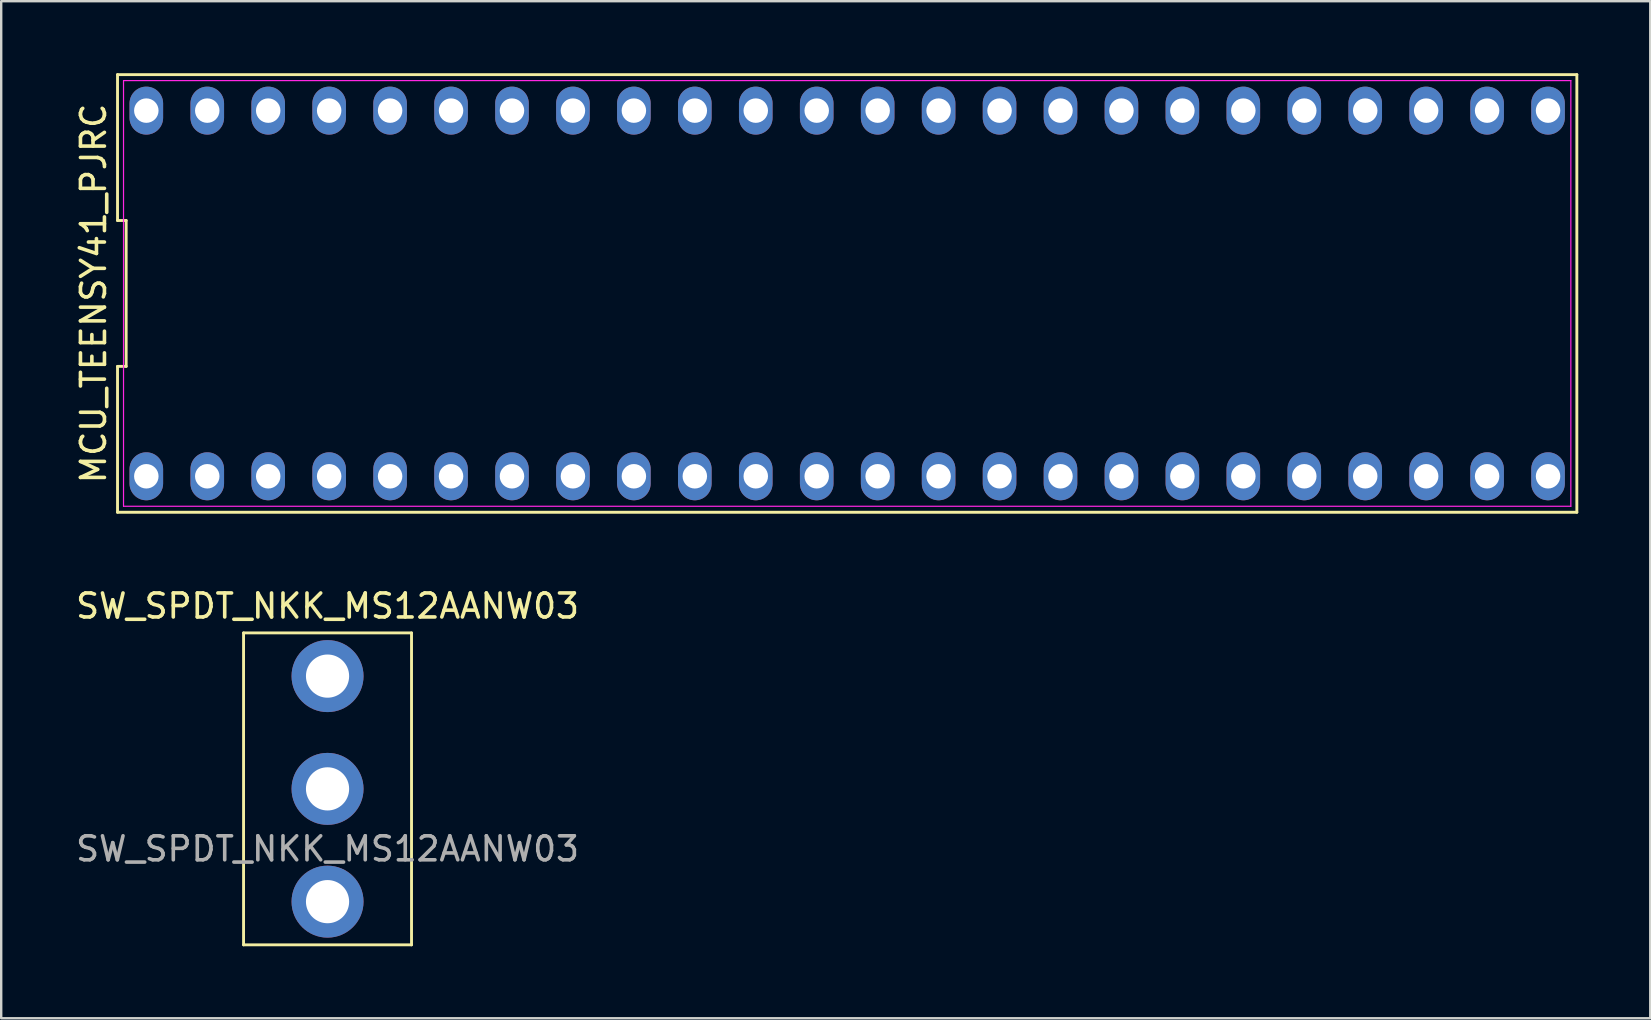
<source format=kicad_pcb>
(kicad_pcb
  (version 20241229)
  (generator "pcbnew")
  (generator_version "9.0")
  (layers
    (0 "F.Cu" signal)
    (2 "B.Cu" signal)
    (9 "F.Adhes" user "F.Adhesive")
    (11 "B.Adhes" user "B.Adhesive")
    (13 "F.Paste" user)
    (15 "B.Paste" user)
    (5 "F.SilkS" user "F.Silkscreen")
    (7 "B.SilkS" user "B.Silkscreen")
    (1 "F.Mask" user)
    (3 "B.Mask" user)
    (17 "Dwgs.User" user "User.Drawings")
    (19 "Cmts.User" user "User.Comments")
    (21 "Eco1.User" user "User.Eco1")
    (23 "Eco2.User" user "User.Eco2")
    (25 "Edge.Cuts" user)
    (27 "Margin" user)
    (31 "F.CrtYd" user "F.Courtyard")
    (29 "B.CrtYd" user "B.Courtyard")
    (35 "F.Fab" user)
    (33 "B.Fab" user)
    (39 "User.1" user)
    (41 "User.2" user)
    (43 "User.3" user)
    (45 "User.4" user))
  (footprint "SW_SPDT_NKK_MS12AANW03"
    (layer "F.Cu")
    (at 10.601 29.828)
    (property "Reference" "SW_SPDT_NKK_MS12AANW03" (at 0 -7.62 0) (unlocked yes) (layer "F.SilkS") (effects (font (size 1 1) (thickness 0.15))))
    (attr through_hole)
    (fp_line (start -3.5 -6.5) (end -3.5 6.5) (stroke (width 0.12) (type solid)) (layer "F.SilkS"))
    (fp_line (start -3.5 -6.5) (end 3.5 -6.5) (stroke (width 0.12) (type solid)) (layer "F.SilkS"))
    (fp_line (start -3.5 6.5) (end 3.5 6.5) (stroke (width 0.12) (type solid)) (layer "F.SilkS"))
    (fp_line (start 3.5 6.5) (end 3.5 -6.5) (stroke (width 0.12) (type solid)) (layer "F.SilkS"))
    (fp_text user "${REFERENCE}" (at 0 2.5 0) (unlocked yes) (layer "F.Fab") (effects (font (size 1 1) (thickness 0.15))))
    (pad "1" thru_hole circle (at 0 -4.7) (size 3 3) (drill 1.8) (layers "*.Cu" "*.Mask"))
    (pad "2" thru_hole circle (at 0 0) (size 3 3) (drill 1.8) (layers "*.Cu" "*.Mask"))
    (pad "3" thru_hole circle (at 0 4.7) (size 3 3) (drill 1.8) (layers "*.Cu" "*.Mask")))
  (footprint "MCU_TEENSY41_PJRC"
    (layer "F.Cu")
    (at 32.258 9.18)
    (property "Reference" "MCU_TEENSY41_PJRC" (at -31.41 0 90) (layer "F.SilkS") (effects (font (size 1 1) (thickness 0.15))))
    (fp_line (start -30.41 -9.12) (end -30.41 -3.04) (stroke (width 0.12) (type solid)) (layer "F.SilkS"))
    (fp_line (start -30.41 -3.04) (end -30.05 -3.04) (stroke (width 0.12) (type solid)) (layer "F.SilkS"))
    (fp_line (start -30.41 3.04) (end -30.41 9.12) (stroke (width 0.12) (type solid)) (layer "F.SilkS"))
    (fp_line (start -30.41 9.12) (end 30.41 9.12) (stroke (width 0.12) (type solid)) (layer "F.SilkS"))
    (fp_line (start -30.05 -3.04) (end -30.05 3.04) (stroke (width 0.12) (type solid)) (layer "F.SilkS"))
    (fp_line (start -30.05 3.04) (end -30.41 3.04) (stroke (width 0.12) (type solid)) (layer "F.SilkS"))
    (fp_line (start 30.41 -9.12) (end -30.41 -9.12) (stroke (width 0.12) (type solid)) (layer "F.SilkS"))
    (fp_line (start 30.41 9.12) (end 30.41 -9.12) (stroke (width 0.12) (type solid)) (layer "F.SilkS"))
    (fp_line (start -30.16 -8.87) (end 30.16 -8.87) (stroke (width 0.05) (type solid)) (layer "F.CrtYd"))
    (fp_line (start -30.16 8.87) (end -30.16 -8.87) (stroke (width 0.05) (type solid)) (layer "F.CrtYd"))
    (fp_line (start 30.16 -8.87) (end 30.16 8.87) (stroke (width 0.05) (type solid)) (layer "F.CrtYd"))
    (fp_line (start 30.16 8.87) (end -30.16 8.87) (stroke (width 0.05) (type solid)) (layer "F.CrtYd"))
    (pad "1" thru_hole oval (at -29.21 7.62) (size 1.4 2) (drill 1.02) (layers "*.Cu" "*.Mask"))
    (pad "2" thru_hole oval (at -26.67 7.62) (size 1.4 2) (drill 1.02) (layers "*.Cu" "*.Mask"))
    (pad "3" thru_hole oval (at -24.13 7.62) (size 1.4 2) (drill 1.02) (layers "*.Cu" "*.Mask"))
    (pad "4" thru_hole oval (at -21.59 7.62) (size 1.4 2) (drill 1.02) (layers "*.Cu" "*.Mask"))
    (pad "5" thru_hole oval (at -19.05 7.62) (size 1.4 2) (drill 1.02) (layers "*.Cu" "*.Mask"))
    (pad "6" thru_hole oval (at -16.51 7.62) (size 1.4 2) (drill 1.02) (layers "*.Cu" "*.Mask"))
    (pad "7" thru_hole oval (at -13.97 7.62) (size 1.4 2) (drill 1.02) (layers "*.Cu" "*.Mask"))
    (pad "8" thru_hole oval (at -11.43 7.62) (size 1.4 2) (drill 1.02) (layers "*.Cu" "*.Mask"))
    (pad "9" thru_hole oval (at -8.89 7.62) (size 1.4 2) (drill 1.02) (layers "*.Cu" "*.Mask"))
    (pad "10" thru_hole oval (at -6.35 7.62) (size 1.4 2) (drill 1.02) (layers "*.Cu" "*.Mask"))
    (pad "11" thru_hole oval (at -3.81 7.62) (size 1.4 2) (drill 1.02) (layers "*.Cu" "*.Mask"))
    (pad "12" thru_hole oval (at -1.27 7.62) (size 1.4 2) (drill 1.02) (layers "*.Cu" "*.Mask"))
    (pad "13" thru_hole oval (at 1.27 7.62) (size 1.4 2) (drill 1.02) (layers "*.Cu" "*.Mask"))
    (pad "14" thru_hole oval (at 3.81 7.62) (size 1.4 2) (drill 1.02) (layers "*.Cu" "*.Mask"))
    (pad "15" thru_hole oval (at 6.35 7.62) (size 1.4 2) (drill 1.02) (layers "*.Cu" "*.Mask"))
    (pad "16" thru_hole oval (at 8.89 7.62) (size 1.4 2) (drill 1.02) (layers "*.Cu" "*.Mask"))
    (pad "17" thru_hole oval (at 11.43 7.62) (size 1.4 2) (drill 1.02) (layers "*.Cu" "*.Mask"))
    (pad "18" thru_hole oval (at 13.97 7.62) (size 1.4 2) (drill 1.02) (layers "*.Cu" "*.Mask"))
    (pad "19" thru_hole oval (at 16.51 7.62) (size 1.4 2) (drill 1.02) (layers "*.Cu" "*.Mask"))
    (pad "20" thru_hole oval (at 19.05 7.62) (size 1.4 2) (drill 1.02) (layers "*.Cu" "*.Mask"))
    (pad "21" thru_hole oval (at 21.59 7.62) (size 1.4 2) (drill 1.02) (layers "*.Cu" "*.Mask"))
    (pad "22" thru_hole oval (at 24.13 7.62) (size 1.4 2) (drill 1.02) (layers "*.Cu" "*.Mask"))
    (pad "23" thru_hole oval (at 26.67 7.62) (size 1.4 2) (drill 1.02) (layers "*.Cu" "*.Mask"))
    (pad "24" thru_hole oval (at 29.21 7.62) (size 1.4 2) (drill 1.02) (layers "*.Cu" "*.Mask"))
    (pad "25" thru_hole oval (at 29.21 -7.62) (size 1.4 2) (drill 1.02) (layers "*.Cu" "*.Mask"))
    (pad "26" thru_hole oval (at 26.67 -7.62) (size 1.4 2) (drill 1.02) (layers "*.Cu" "*.Mask"))
    (pad "27" thru_hole oval (at 24.13 -7.62) (size 1.4 2) (drill 1.02) (layers "*.Cu" "*.Mask"))
    (pad "28" thru_hole oval (at 21.59 -7.62) (size 1.4 2) (drill 1.02) (layers "*.Cu" "*.Mask"))
    (pad "29" thru_hole oval (at 19.05 -7.62) (size 1.4 2) (drill 1.02) (layers "*.Cu" "*.Mask"))
    (pad "30" thru_hole oval (at 16.51 -7.62) (size 1.4 2) (drill 1.02) (layers "*.Cu" "*.Mask"))
    (pad "31" thru_hole oval (at 13.97 -7.62) (size 1.4 2) (drill 1.02) (layers "*.Cu" "*.Mask"))
    (pad "32" thru_hole oval (at 11.43 -7.62) (size 1.4 2) (drill 1.02) (layers "*.Cu" "*.Mask"))
    (pad "33" thru_hole oval (at 8.89 -7.62) (size 1.4 2) (drill 1.02) (layers "*.Cu" "*.Mask"))
    (pad "34" thru_hole oval (at 6.35 -7.62) (size 1.4 2) (drill 1.02) (layers "*.Cu" "*.Mask"))
    (pad "35" thru_hole oval (at 3.81 -7.62) (size 1.4 2) (drill 1.02) (layers "*.Cu" "*.Mask"))
    (pad "36" thru_hole oval (at 1.27 -7.62) (size 1.4 2) (drill 1.02) (layers "*.Cu" "*.Mask"))
    (pad "37" thru_hole oval (at -1.27 -7.62) (size 1.4 2) (drill 1.02) (layers "*.Cu" "*.Mask"))
    (pad "38" thru_hole oval (at -3.81 -7.62) (size 1.4 2) (drill 1.02) (layers "*.Cu" "*.Mask"))
    (pad "39" thru_hole oval (at -6.35 -7.62) (size 1.4 2) (drill 1.02) (layers "*.Cu" "*.Mask"))
    (pad "40" thru_hole oval (at -8.89 -7.62) (size 1.4 2) (drill 1.02) (layers "*.Cu" "*.Mask"))
    (pad "41" thru_hole oval (at -11.43 -7.62) (size 1.4 2) (drill 1.02) (layers "*.Cu" "*.Mask"))
    (pad "42" thru_hole oval (at -13.97 -7.62) (size 1.4 2) (drill 1.02) (layers "*.Cu" "*.Mask"))
    (pad "43" thru_hole oval (at -16.51 -7.62) (size 1.4 2) (drill 1.02) (layers "*.Cu" "*.Mask"))
    (pad "44" thru_hole oval (at -19.05 -7.62) (size 1.4 2) (drill 1.02) (layers "*.Cu" "*.Mask"))
    (pad "45" thru_hole oval (at -21.59 -7.62) (size 1.4 2) (drill 1.02) (layers "*.Cu" "*.Mask"))
    (pad "46" thru_hole oval (at -24.13 -7.62) (size 1.4 2) (drill 1.02) (layers "*.Cu" "*.Mask"))
    (pad "47" thru_hole oval (at -26.67 -7.62) (size 1.4 2) (drill 1.02) (layers "*.Cu" "*.Mask"))
    (pad "48" thru_hole oval (at -29.21 -7.62) (size 1.4 2) (drill 1.02) (layers "*.Cu" "*.Mask")))
  (gr_rect
    (start -3 -3)
    (end 65.728 39.388)
    (stroke (width 0.1) (type default))
    (fill no)
    (layer "Edge.Cuts")))
</source>
